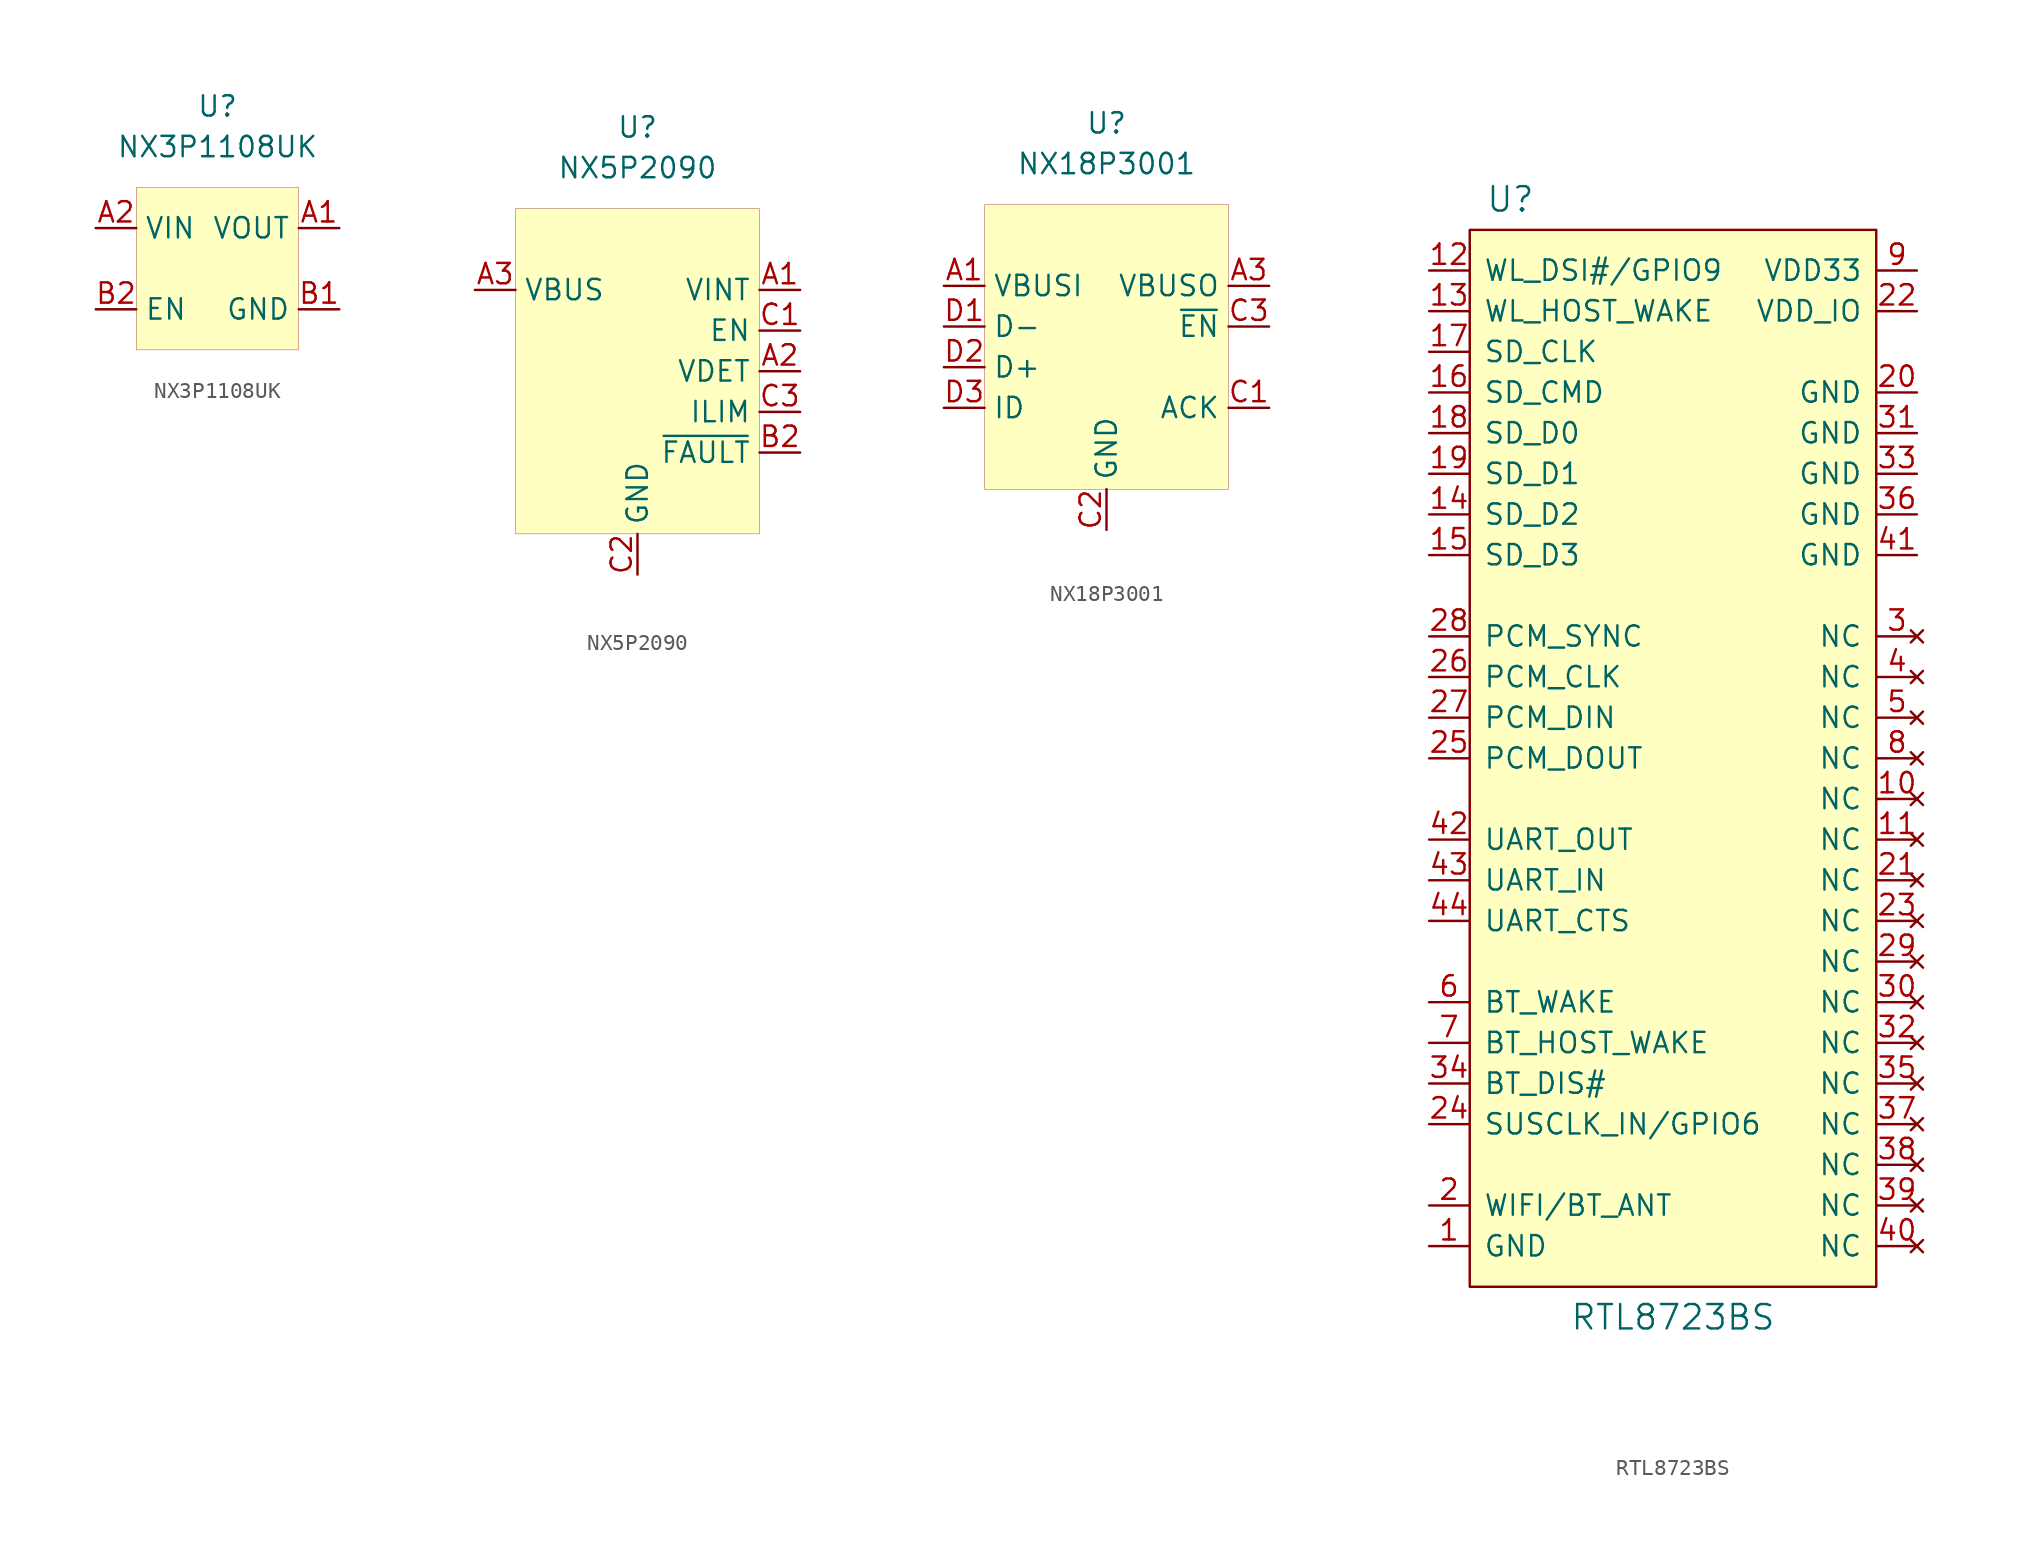
<source format=kicad_sym>
(kicad_symbol_lib
  (version 20201005)
  (generator kicad_symbol_editor)
  (symbol "symbols:NX3P1108UK"
    (property "Reference" "U"
      (at 0 0 0)
      (effects (font (size 1.27 1.27))))
    (property "Value" "NX3P1108UK"
      (at 0 -2.54 0)
      (effects (font (size 1.27 1.27))))
    (symbol "NX3P1108UK_0_1"
      (rectangle (start -5.08 -5.08) (end 5.08 -15.24) (stroke (width 0.001)) (fill (type background))))
    (symbol "NX3P1108UK_1_1"
      (pin power_out line (at 7.62 -7.62 180) (length 2.54) (name "VOUT" (effects (font (size 1.27 1.27)))) (number "A1" (effects (font (size 1.27 1.27)))))
      (pin power_in line (at -7.62 -7.62 0) (length 2.54) (name "VIN" (effects (font (size 1.27 1.27)))) (number "A2" (effects (font (size 1.27 1.27)))))
      (pin power_in line (at 7.62 -12.7 180) (length 2.54) (name "GND" (effects (font (size 1.27 1.27)))) (number "B1" (effects (font (size 1.27 1.27)))))
      (pin input line (at -7.62 -12.7 0) (length 2.54) (name "EN" (effects (font (size 1.27 1.27)))) (number "B2" (effects (font (size 1.27 1.27)))))))
  (symbol "symbols:NX5P2090"
    (property "Reference" "U"
      (at 0 0 0)
      (effects (font (size 1.27 1.27))))
    (property "Value" "NX5P2090"
      (at 0 -2.54 0)
      (effects (font (size 1.27 1.27))))
    (symbol "NX5P2090_0_1"
      (rectangle (start -7.62 -5.08) (end 7.62 -25.4) (stroke (width 0.001)) (fill (type background))))
    (symbol "NX5P2090_1_1"
      (pin power_out line (at -10.16 -10.16 0) (length 2.54) (name "VBUS" (effects (font (size 1.27 1.27)))) (number "A3" (effects (font (size 1.27 1.27)))))
      (pin power_in line (at 10.16 -10.16 180) (length 2.54) (name "VINT" (effects (font (size 1.27 1.27)))) (number "A1" (effects (font (size 1.27 1.27)))))
      (pin input line (at 10.16 -12.7 180) (length 2.54) (name "EN" (effects (font (size 1.27 1.27)))) (number "C1" (effects (font (size 1.27 1.27)))))
      (pin output line (at 10.16 -15.24 180) (length 2.54) (name "VDET" (effects (font (size 1.27 1.27)))) (number "A2" (effects (font (size 1.27 1.27)))))
      (pin input line (at 10.16 -17.78 180) (length 2.54) (name "ILIM" (effects (font (size 1.27 1.27)))) (number "C3" (effects (font (size 1.27 1.27)))))
      (pin output line (at 10.16 -20.32 180) (length 2.54) (name "~FAULT" (effects (font (size 1.27 1.27)))) (number "B2" (effects (font (size 1.27 1.27)))))
      (pin power_in line (at 10.16 -10.16 180) (length 2.54) hide (name "VINT" (effects (font (size 1.27 1.27)))) (number "B1" (effects (font (size 1.27 1.27)))))
      (pin power_out line (at -10.16 -10.16 0) (length 2.54) hide (name "VBUS" (effects (font (size 1.27 1.27)))) (number "B3" (effects (font (size 1.27 1.27)))))
      (pin input line (at 0 -27.94 90) (length 2.54) (name "GND" (effects (font (size 1.27 1.27)))) (number "C2" (effects (font (size 1.27 1.27)))))))
  (symbol "symbols:NX18P3001"
    (property "Reference" "U"
      (at 0 0 0)
      (effects (font (size 1.27 1.27))))
    (property "Value" "NX18P3001"
      (at 0 -2.54 0)
      (effects (font (size 1.27 1.27))))
    (symbol "NX18P3001_0_1"
      (rectangle (start -7.62 -5.08) (end 7.62 -22.86) (stroke (width 0.001)) (fill (type background))))
    (symbol "NX18P3001_1_1"
      (pin bidirectional line (at -10.16 -10.16 0) (length 2.54) (name "VBUSI" (effects (font (size 1.27 1.27)))) (number "A1" (effects (font (size 1.27 1.27)))))
      (pin input line (at -10.16 -12.7 0) (length 2.54) (name "D-" (effects (font (size 1.27 1.27)))) (number "D1" (effects (font (size 1.27 1.27)))))
      (pin input line (at -10.16 -15.24 0) (length 2.54) (name "D+" (effects (font (size 1.27 1.27)))) (number "D2" (effects (font (size 1.27 1.27)))))
      (pin input line (at -10.16 -17.78 0) (length 2.54) (name "ID" (effects (font (size 1.27 1.27)))) (number "D3" (effects (font (size 1.27 1.27)))))
      (pin bidirectional line (at 10.16 -10.16 180) (length 2.54) (name "VBUSO" (effects (font (size 1.27 1.27)))) (number "A3" (effects (font (size 1.27 1.27)))))
      (pin input line (at 10.16 -12.7 180) (length 2.54) (name "~EN" (effects (font (size 1.27 1.27)))) (number "C3" (effects (font (size 1.27 1.27)))))
      (pin open_collector line (at 10.16 -17.78 180) (length 2.54) (name "ACK" (effects (font (size 1.27 1.27)))) (number "C1" (effects (font (size 1.27 1.27)))))
      (pin bidirectional line (at 10.16 -10.16 180) (length 2.54) hide (name "VBUSO" (effects (font (size 1.27 1.27)))) (number "B2" (effects (font (size 1.27 1.27)))))
      (pin bidirectional line (at 10.16 -10.16 180) (length 2.54) hide (name "VBUSO" (effects (font (size 1.27 1.27)))) (number "B3" (effects (font (size 1.27 1.27)))))
      (pin bidirectional line (at -10.16 -10.16 0) (length 2.54) hide (name "VBUSI" (effects (font (size 1.27 1.27)))) (number "A2" (effects (font (size 1.27 1.27)))))
      (pin bidirectional line (at -10.16 -10.16 0) (length 2.54) hide (name "VBUSI" (effects (font (size 1.27 1.27)))) (number "B1" (effects (font (size 1.27 1.27)))))
      (pin power_in line (at 0 -25.4 90) (length 2.54) (name "GND" (effects (font (size 1.27 1.27)))) (number "C2" (effects (font (size 1.27 1.27)))))))
  (symbol "symbols:RTL8723BS"
    (pin_names
      (offset 0.889))
    (property "Reference" "U"
      (at -10.16 34.925 0)
      (effects (font (size 1.524 1.524))))
    (property "Value" "RTL8723BS"
      (at 0 -34.925 0)
      (effects (font (size 1.524 1.524))))
    (symbol "RTL8723BS_0_1"
      (rectangle (start 12.7 33.02) (end -12.7 -33.02) (stroke (width 0)) (fill (type background))))
    (symbol "RTL8723BS_1_1"
      (pin power_in line (at -15.24 -30.48 0) (length 2.489) (name "GND" (effects (font (size 1.27 1.27)))) (number "1" (effects (font (size 1.27 1.27)))))
      (pin no_connect line (at 15.24 -2.54 180) (length 2.489) (name "NC" (effects (font (size 1.27 1.27)))) (number "10" (effects (font (size 1.27 1.27)))))
      (pin no_connect line (at 15.24 -5.08 180) (length 2.489) (name "NC" (effects (font (size 1.27 1.27)))) (number "11" (effects (font (size 1.27 1.27)))))
      (pin bidirectional line (at -15.24 30.48 0) (length 2.489) (name "WL_DSI#/GPIO9" (effects (font (size 1.27 1.27)))) (number "12" (effects (font (size 1.27 1.27)))))
      (pin input line (at -15.24 27.94 0) (length 2.489) (name "WL_HOST_WAKE" (effects (font (size 1.27 1.27)))) (number "13" (effects (font (size 1.27 1.27)))))
      (pin bidirectional line (at -15.24 15.24 0) (length 2.489) (name "SD_D2" (effects (font (size 1.27 1.27)))) (number "14" (effects (font (size 1.27 1.27)))))
      (pin bidirectional line (at -15.24 12.7 0) (length 2.489) (name "SD_D3" (effects (font (size 1.27 1.27)))) (number "15" (effects (font (size 1.27 1.27)))))
      (pin bidirectional line (at -15.24 22.86 0) (length 2.489) (name "SD_CMD" (effects (font (size 1.27 1.27)))) (number "16" (effects (font (size 1.27 1.27)))))
      (pin input line (at -15.24 25.4 0) (length 2.489) (name "SD_CLK" (effects (font (size 1.27 1.27)))) (number "17" (effects (font (size 1.27 1.27)))))
      (pin bidirectional line (at -15.24 20.32 0) (length 2.489) (name "SD_D0" (effects (font (size 1.27 1.27)))) (number "18" (effects (font (size 1.27 1.27)))))
      (pin bidirectional line (at -15.24 17.78 0) (length 2.489) (name "SD_D1" (effects (font (size 1.27 1.27)))) (number "19" (effects (font (size 1.27 1.27)))))
      (pin bidirectional line (at -15.24 -27.94 0) (length 2.489) (name "WIFI/BT_ANT" (effects (font (size 1.27 1.27)))) (number "2" (effects (font (size 1.27 1.27)))))
      (pin power_in line (at 15.24 22.86 180) (length 2.489) (name "GND" (effects (font (size 1.27 1.27)))) (number "20" (effects (font (size 1.27 1.27)))))
      (pin no_connect line (at 15.24 -7.62 180) (length 2.489) (name "NC" (effects (font (size 1.27 1.27)))) (number "21" (effects (font (size 1.27 1.27)))))
      (pin power_in line (at 15.24 27.94 180) (length 2.489) (name "VDD_IO" (effects (font (size 1.27 1.27)))) (number "22" (effects (font (size 1.27 1.27)))))
      (pin no_connect line (at 15.24 -10.16 180) (length 2.489) (name "NC" (effects (font (size 1.27 1.27)))) (number "23" (effects (font (size 1.27 1.27)))))
      (pin bidirectional line (at -15.24 -22.86 0) (length 2.489) (name "SUSCLK_IN/GPIO6" (effects (font (size 1.27 1.27)))) (number "24" (effects (font (size 1.27 1.27)))))
      (pin output line (at -15.24 0 0) (length 2.489) (name "PCM_DOUT" (effects (font (size 1.27 1.27)))) (number "25" (effects (font (size 1.27 1.27)))))
      (pin input line (at -15.24 5.08 0) (length 2.489) (name "PCM_CLK" (effects (font (size 1.27 1.27)))) (number "26" (effects (font (size 1.27 1.27)))))
      (pin input line (at -15.24 2.54 0) (length 2.489) (name "PCM_DIN" (effects (font (size 1.27 1.27)))) (number "27" (effects (font (size 1.27 1.27)))))
      (pin input line (at -15.24 7.62 0) (length 2.489) (name "PCM_SYNC" (effects (font (size 1.27 1.27)))) (number "28" (effects (font (size 1.27 1.27)))))
      (pin no_connect line (at 15.24 -12.7 180) (length 2.489) (name "NC" (effects (font (size 1.27 1.27)))) (number "29" (effects (font (size 1.27 1.27)))))
      (pin no_connect line (at 15.24 7.62 180) (length 2.489) (name "NC" (effects (font (size 1.27 1.27)))) (number "3" (effects (font (size 1.27 1.27)))))
      (pin no_connect line (at 15.24 -15.24 180) (length 2.489) (name "NC" (effects (font (size 1.27 1.27)))) (number "30" (effects (font (size 1.27 1.27)))))
      (pin power_in line (at 15.24 20.32 180) (length 2.489) (name "GND" (effects (font (size 1.27 1.27)))) (number "31" (effects (font (size 1.27 1.27)))))
      (pin no_connect line (at 15.24 -17.78 180) (length 2.489) (name "NC" (effects (font (size 1.27 1.27)))) (number "32" (effects (font (size 1.27 1.27)))))
      (pin power_in line (at 15.24 17.78 180) (length 2.489) (name "GND" (effects (font (size 1.27 1.27)))) (number "33" (effects (font (size 1.27 1.27)))))
      (pin input line (at -15.24 -20.32 0) (length 2.489) (name "BT_DIS#" (effects (font (size 1.27 1.27)))) (number "34" (effects (font (size 1.27 1.27)))))
      (pin no_connect line (at 15.24 -20.32 180) (length 2.489) (name "NC" (effects (font (size 1.27 1.27)))) (number "35" (effects (font (size 1.27 1.27)))))
      (pin power_in line (at 15.24 15.24 180) (length 2.489) (name "GND" (effects (font (size 1.27 1.27)))) (number "36" (effects (font (size 1.27 1.27)))))
      (pin no_connect line (at 15.24 -22.86 180) (length 2.489) (name "NC" (effects (font (size 1.27 1.27)))) (number "37" (effects (font (size 1.27 1.27)))))
      (pin no_connect line (at 15.24 -25.4 180) (length 2.489) (name "NC" (effects (font (size 1.27 1.27)))) (number "38" (effects (font (size 1.27 1.27)))))
      (pin no_connect line (at 15.24 -27.94 180) (length 2.489) (name "NC" (effects (font (size 1.27 1.27)))) (number "39" (effects (font (size 1.27 1.27)))))
      (pin no_connect line (at 15.24 5.08 180) (length 2.489) (name "NC" (effects (font (size 1.27 1.27)))) (number "4" (effects (font (size 1.27 1.27)))))
      (pin no_connect line (at 15.24 -30.48 180) (length 2.489) (name "NC" (effects (font (size 1.27 1.27)))) (number "40" (effects (font (size 1.27 1.27)))))
      (pin power_in line (at 15.24 12.7 180) (length 2.489) (name "GND" (effects (font (size 1.27 1.27)))) (number "41" (effects (font (size 1.27 1.27)))))
      (pin output line (at -15.24 -5.08 0) (length 2.489) (name "UART_OUT" (effects (font (size 1.27 1.27)))) (number "42" (effects (font (size 1.27 1.27)))))
      (pin input line (at -15.24 -7.62 0) (length 2.489) (name "UART_IN" (effects (font (size 1.27 1.27)))) (number "43" (effects (font (size 1.27 1.27)))))
      (pin input line (at -15.24 -10.16 0) (length 2.489) (name "UART_CTS" (effects (font (size 1.27 1.27)))) (number "44" (effects (font (size 1.27 1.27)))))
      (pin no_connect line (at 15.24 2.54 180) (length 2.489) (name "NC" (effects (font (size 1.27 1.27)))) (number "5" (effects (font (size 1.27 1.27)))))
      (pin input line (at -15.24 -15.24 0) (length 2.489) (name "BT_WAKE" (effects (font (size 1.27 1.27)))) (number "6" (effects (font (size 1.27 1.27)))))
      (pin output line (at -15.24 -17.78 0) (length 2.489) (name "BT_HOST_WAKE" (effects (font (size 1.27 1.27)))) (number "7" (effects (font (size 1.27 1.27)))))
      (pin no_connect line (at 15.24 0 180) (length 2.489) (name "NC" (effects (font (size 1.27 1.27)))) (number "8" (effects (font (size 1.27 1.27)))))
      (pin power_in line (at 15.24 30.48 180) (length 2.489) (name "VDD33" (effects (font (size 1.27 1.27)))) (number "9" (effects (font (size 1.27 1.27))))))))
</source>
